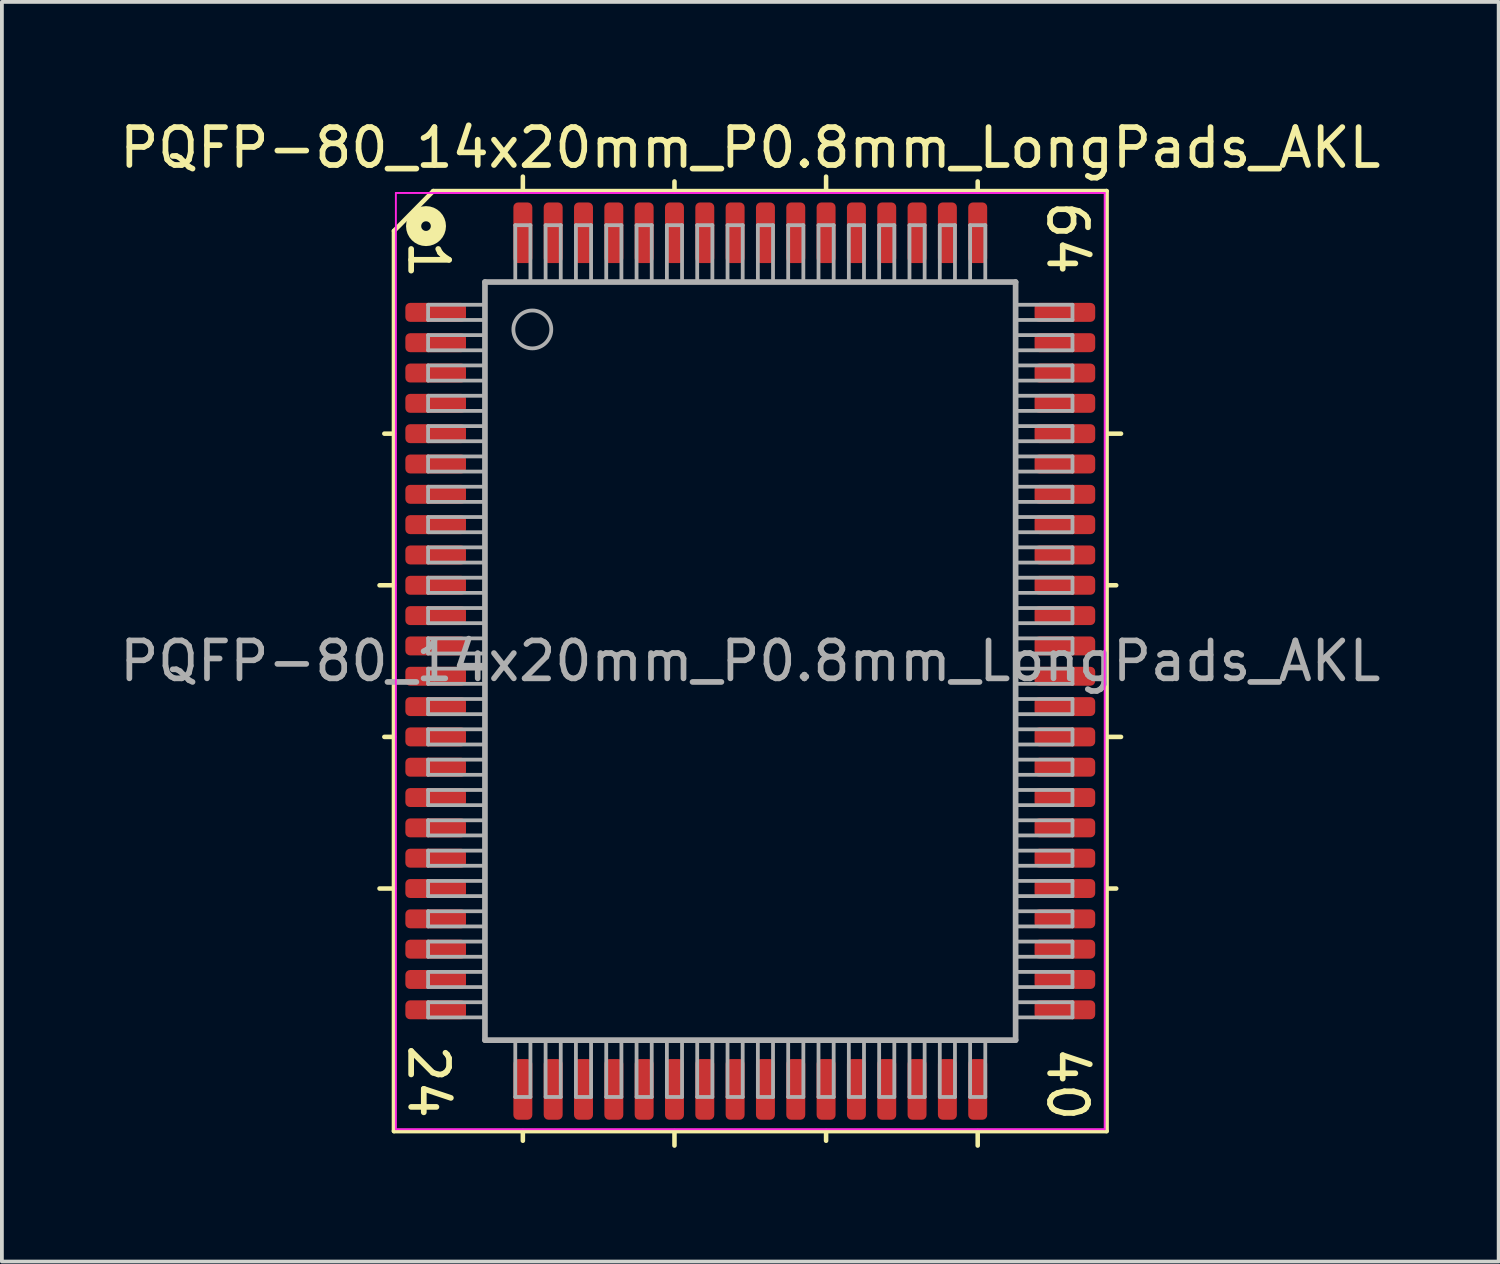
<source format=kicad_pcb>
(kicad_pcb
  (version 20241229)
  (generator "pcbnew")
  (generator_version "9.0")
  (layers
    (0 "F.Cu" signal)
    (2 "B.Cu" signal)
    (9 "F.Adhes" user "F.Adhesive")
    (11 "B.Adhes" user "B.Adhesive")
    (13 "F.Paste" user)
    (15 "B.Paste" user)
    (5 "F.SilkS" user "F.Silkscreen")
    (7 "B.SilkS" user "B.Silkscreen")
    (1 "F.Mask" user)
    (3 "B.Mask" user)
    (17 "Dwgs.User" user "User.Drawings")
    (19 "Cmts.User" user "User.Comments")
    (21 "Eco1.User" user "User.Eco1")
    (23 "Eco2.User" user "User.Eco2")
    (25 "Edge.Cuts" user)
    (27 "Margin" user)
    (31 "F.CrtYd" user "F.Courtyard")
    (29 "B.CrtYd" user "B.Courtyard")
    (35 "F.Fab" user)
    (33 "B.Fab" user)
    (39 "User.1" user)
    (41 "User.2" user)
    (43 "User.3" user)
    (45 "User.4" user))
  (footprint "PQFP-80_14x20mm_P0.8mm_LongPads_AKL"
    (layer "F.Cu")
    (at 16.744 14.391)
    (property "Reference" "PQFP-80_14x20mm_P0.8mm_LongPads_AKL" (at 0 -13.543 0) (layer "F.SilkS") (effects (font (size 1 1) (thickness 0.15))))
    (attr smd)
    (fp_line (start -9.4 -11.349) (end -9.4 12.4) (stroke (width 0.12) (type solid)) (layer "F.SilkS"))
    (fp_line (start -9.4 -6) (end -9.654 -6) (stroke (width 0.12) (type solid)) (layer "F.SilkS"))
    (fp_line (start -9.4 -2) (end -9.781 -2) (stroke (width 0.12) (type solid)) (layer "F.SilkS"))
    (fp_line (start -9.4 2) (end -9.654 2) (stroke (width 0.12) (type solid)) (layer "F.SilkS"))
    (fp_line (start -9.4 6) (end -9.781 6) (stroke (width 0.12) (type solid)) (layer "F.SilkS"))
    (fp_line (start -9.4 12.4) (end 9.4 12.4) (stroke (width 0.12) (type solid)) (layer "F.SilkS"))
    (fp_line (start -8.364 -12.4) (end -9.4 -11.349) (stroke (width 0.12) (type solid)) (layer "F.SilkS"))
    (fp_line (start -6 -12.4) (end -6 -12.781) (stroke (width 0.12) (type solid)) (layer "F.SilkS"))
    (fp_line (start -6 12.4) (end -6 12.654) (stroke (width 0.12) (type solid)) (layer "F.SilkS"))
    (fp_line (start -2 -12.4) (end -2 -12.654) (stroke (width 0.12) (type solid)) (layer "F.SilkS"))
    (fp_line (start -2 12.4) (end -2 12.781) (stroke (width 0.12) (type solid)) (layer "F.SilkS"))
    (fp_line (start 2 -12.4) (end 2 -12.781) (stroke (width 0.12) (type solid)) (layer "F.SilkS"))
    (fp_line (start 2 12.4) (end 2 12.654) (stroke (width 0.12) (type solid)) (layer "F.SilkS"))
    (fp_line (start 6 -12.4) (end 6 -12.654) (stroke (width 0.12) (type solid)) (layer "F.SilkS"))
    (fp_line (start 6 12.4) (end 6 12.781) (stroke (width 0.12) (type solid)) (layer "F.SilkS"))
    (fp_line (start 9.4 -12.4) (end -8.364 -12.4) (stroke (width 0.12) (type solid)) (layer "F.SilkS"))
    (fp_line (start 9.4 -6) (end 9.781 -6) (stroke (width 0.12) (type solid)) (layer "F.SilkS"))
    (fp_line (start 9.4 -2) (end 9.654 -2) (stroke (width 0.12) (type solid)) (layer "F.SilkS"))
    (fp_line (start 9.4 2) (end 9.781 2) (stroke (width 0.12) (type solid)) (layer "F.SilkS"))
    (fp_line (start 9.4 6) (end 9.654 6) (stroke (width 0.12) (type solid)) (layer "F.SilkS"))
    (fp_line (start 9.4 12.4) (end 9.4 -12.4) (stroke (width 0.12) (type solid)) (layer "F.SilkS"))
    (fp_circle (center -8.555 -11.476) (end -8.428 -11.476) (stroke (width 0.4) (type solid)) (fill no) (layer "F.SilkS"))
    (fp_line (start -9.35 -12.35) (end -9.35 12.35) (stroke (width 0.05) (type solid)) (layer "F.CrtYd"))
    (fp_line (start -9.35 -12.35) (end 9.35 -12.35) (stroke (width 0.05) (type solid)) (layer "F.CrtYd"))
    (fp_line (start -9.35 12.35) (end 9.35 12.35) (stroke (width 0.05) (type solid)) (layer "F.CrtYd"))
    (fp_line (start 9.35 -12.35) (end 9.35 12.35) (stroke (width 0.05) (type solid)) (layer "F.CrtYd"))
    (fp_line (start -8.5 -9.4) (end -8.5 -9) (stroke (width 0.1) (type solid)) (layer "F.Fab"))
    (fp_line (start -8.5 -9.4) (end -7 -9.4) (stroke (width 0.1) (type solid)) (layer "F.Fab"))
    (fp_line (start -8.5 -9) (end -7 -9) (stroke (width 0.1) (type solid)) (layer "F.Fab"))
    (fp_line (start -8.5 -8.6) (end -8.5 -8.2) (stroke (width 0.1) (type solid)) (layer "F.Fab"))
    (fp_line (start -8.5 -8.6) (end -7 -8.6) (stroke (width 0.1) (type solid)) (layer "F.Fab"))
    (fp_line (start -8.5 -8.2) (end -7 -8.2) (stroke (width 0.1) (type solid)) (layer "F.Fab"))
    (fp_line (start -8.5 -7.8) (end -8.5 -7.4) (stroke (width 0.1) (type solid)) (layer "F.Fab"))
    (fp_line (start -8.5 -7.8) (end -7 -7.8) (stroke (width 0.1) (type solid)) (layer "F.Fab"))
    (fp_line (start -8.5 -7.4) (end -7 -7.4) (stroke (width 0.1) (type solid)) (layer "F.Fab"))
    (fp_line (start -8.5 -7) (end -8.5 -6.6) (stroke (width 0.1) (type solid)) (layer "F.Fab"))
    (fp_line (start -8.5 -7) (end -7 -7) (stroke (width 0.1) (type solid)) (layer "F.Fab"))
    (fp_line (start -8.5 -6.6) (end -7 -6.6) (stroke (width 0.1) (type solid)) (layer "F.Fab"))
    (fp_line (start -8.5 -6.2) (end -8.5 -5.8) (stroke (width 0.1) (type solid)) (layer "F.Fab"))
    (fp_line (start -8.5 -6.2) (end -7 -6.2) (stroke (width 0.1) (type solid)) (layer "F.Fab"))
    (fp_line (start -8.5 -5.8) (end -7 -5.8) (stroke (width 0.1) (type solid)) (layer "F.Fab"))
    (fp_line (start -8.5 -5.4) (end -8.5 -5) (stroke (width 0.1) (type solid)) (layer "F.Fab"))
    (fp_line (start -8.5 -5.4) (end -7 -5.4) (stroke (width 0.1) (type solid)) (layer "F.Fab"))
    (fp_line (start -8.5 -5) (end -7 -5) (stroke (width 0.1) (type solid)) (layer "F.Fab"))
    (fp_line (start -8.5 -4.6) (end -8.5 -4.2) (stroke (width 0.1) (type solid)) (layer "F.Fab"))
    (fp_line (start -8.5 -4.6) (end -7 -4.6) (stroke (width 0.1) (type solid)) (layer "F.Fab"))
    (fp_line (start -8.5 -4.2) (end -7 -4.2) (stroke (width 0.1) (type solid)) (layer "F.Fab"))
    (fp_line (start -8.5 -3.8) (end -8.5 -3.4) (stroke (width 0.1) (type solid)) (layer "F.Fab"))
    (fp_line (start -8.5 -3.8) (end -7 -3.8) (stroke (width 0.1) (type solid)) (layer "F.Fab"))
    (fp_line (start -8.5 -3.4) (end -7 -3.4) (stroke (width 0.1) (type solid)) (layer "F.Fab"))
    (fp_line (start -8.5 -3) (end -8.5 -2.6) (stroke (width 0.1) (type solid)) (layer "F.Fab"))
    (fp_line (start -8.5 -3) (end -7 -3) (stroke (width 0.1) (type solid)) (layer "F.Fab"))
    (fp_line (start -8.5 -2.6) (end -7 -2.6) (stroke (width 0.1) (type solid)) (layer "F.Fab"))
    (fp_line (start -8.5 -2.2) (end -8.5 -1.8) (stroke (width 0.1) (type solid)) (layer "F.Fab"))
    (fp_line (start -8.5 -2.2) (end -7 -2.2) (stroke (width 0.1) (type solid)) (layer "F.Fab"))
    (fp_line (start -8.5 -1.8) (end -7 -1.8) (stroke (width 0.1) (type solid)) (layer "F.Fab"))
    (fp_line (start -8.5 -1.4) (end -8.5 -1) (stroke (width 0.1) (type solid)) (layer "F.Fab"))
    (fp_line (start -8.5 -1.4) (end -7 -1.4) (stroke (width 0.1) (type solid)) (layer "F.Fab"))
    (fp_line (start -8.5 -1) (end -7 -1) (stroke (width 0.1) (type solid)) (layer "F.Fab"))
    (fp_line (start -8.5 -0.6) (end -8.5 -0.2) (stroke (width 0.1) (type solid)) (layer "F.Fab"))
    (fp_line (start -8.5 -0.6) (end -7 -0.6) (stroke (width 0.1) (type solid)) (layer "F.Fab"))
    (fp_line (start -8.5 -0.2) (end -7 -0.2) (stroke (width 0.1) (type solid)) (layer "F.Fab"))
    (fp_line (start -8.5 0.2) (end -8.5 0.6) (stroke (width 0.1) (type solid)) (layer "F.Fab"))
    (fp_line (start -8.5 0.2) (end -7 0.2) (stroke (width 0.1) (type solid)) (layer "F.Fab"))
    (fp_line (start -8.5 0.6) (end -7 0.6) (stroke (width 0.1) (type solid)) (layer "F.Fab"))
    (fp_line (start -8.5 1) (end -8.5 1.4) (stroke (width 0.1) (type solid)) (layer "F.Fab"))
    (fp_line (start -8.5 1) (end -7 1) (stroke (width 0.1) (type solid)) (layer "F.Fab"))
    (fp_line (start -8.5 1.4) (end -7 1.4) (stroke (width 0.1) (type solid)) (layer "F.Fab"))
    (fp_line (start -8.5 1.8) (end -8.5 2.2) (stroke (width 0.1) (type solid)) (layer "F.Fab"))
    (fp_line (start -8.5 1.8) (end -7 1.8) (stroke (width 0.1) (type solid)) (layer "F.Fab"))
    (fp_line (start -8.5 2.2) (end -7 2.2) (stroke (width 0.1) (type solid)) (layer "F.Fab"))
    (fp_line (start -8.5 2.6) (end -8.5 3) (stroke (width 0.1) (type solid)) (layer "F.Fab"))
    (fp_line (start -8.5 2.6) (end -7 2.6) (stroke (width 0.1) (type solid)) (layer "F.Fab"))
    (fp_line (start -8.5 3) (end -7 3) (stroke (width 0.1) (type solid)) (layer "F.Fab"))
    (fp_line (start -8.5 3.4) (end -8.5 3.8) (stroke (width 0.1) (type solid)) (layer "F.Fab"))
    (fp_line (start -8.5 3.4) (end -7 3.4) (stroke (width 0.1) (type solid)) (layer "F.Fab"))
    (fp_line (start -8.5 3.8) (end -7 3.8) (stroke (width 0.1) (type solid)) (layer "F.Fab"))
    (fp_line (start -8.5 4.2) (end -8.5 4.6) (stroke (width 0.1) (type solid)) (layer "F.Fab"))
    (fp_line (start -8.5 4.2) (end -7 4.2) (stroke (width 0.1) (type solid)) (layer "F.Fab"))
    (fp_line (start -8.5 4.6) (end -7 4.6) (stroke (width 0.1) (type solid)) (layer "F.Fab"))
    (fp_line (start -8.5 5) (end -8.5 5.4) (stroke (width 0.1) (type solid)) (layer "F.Fab"))
    (fp_line (start -8.5 5) (end -7 5) (stroke (width 0.1) (type solid)) (layer "F.Fab"))
    (fp_line (start -8.5 5.4) (end -7 5.4) (stroke (width 0.1) (type solid)) (layer "F.Fab"))
    (fp_line (start -8.5 5.8) (end -8.5 6.2) (stroke (width 0.1) (type solid)) (layer "F.Fab"))
    (fp_line (start -8.5 5.8) (end -7 5.8) (stroke (width 0.1) (type solid)) (layer "F.Fab"))
    (fp_line (start -8.5 6.2) (end -7 6.2) (stroke (width 0.1) (type solid)) (layer "F.Fab"))
    (fp_line (start -8.5 6.6) (end -8.5 7) (stroke (width 0.1) (type solid)) (layer "F.Fab"))
    (fp_line (start -8.5 6.6) (end -7 6.6) (stroke (width 0.1) (type solid)) (layer "F.Fab"))
    (fp_line (start -8.5 7) (end -7 7) (stroke (width 0.1) (type solid)) (layer "F.Fab"))
    (fp_line (start -8.5 7.4) (end -8.5 7.8) (stroke (width 0.1) (type solid)) (layer "F.Fab"))
    (fp_line (start -8.5 7.4) (end -7 7.4) (stroke (width 0.1) (type solid)) (layer "F.Fab"))
    (fp_line (start -8.5 7.8) (end -7 7.8) (stroke (width 0.1) (type solid)) (layer "F.Fab"))
    (fp_line (start -8.5 8.2) (end -8.5 8.6) (stroke (width 0.1) (type solid)) (layer "F.Fab"))
    (fp_line (start -8.5 8.2) (end -7 8.2) (stroke (width 0.1) (type solid)) (layer "F.Fab"))
    (fp_line (start -8.5 8.6) (end -7 8.6) (stroke (width 0.1) (type solid)) (layer "F.Fab"))
    (fp_line (start -8.5 9) (end -8.5 9.4) (stroke (width 0.1) (type solid)) (layer "F.Fab"))
    (fp_line (start -8.5 9) (end -7 9) (stroke (width 0.1) (type solid)) (layer "F.Fab"))
    (fp_line (start -8.5 9.4) (end -7 9.4) (stroke (width 0.1) (type solid)) (layer "F.Fab"))
    (fp_line (start -7 -10) (end 7 -10) (stroke (width 0.15) (type solid)) (layer "F.Fab"))
    (fp_line (start -7 10) (end -7 -10) (stroke (width 0.15) (type solid)) (layer "F.Fab"))
    (fp_line (start -6.2 -11.5) (end -6.2 -10) (stroke (width 0.1) (type solid)) (layer "F.Fab"))
    (fp_line (start -6.2 11.5) (end -6.2 10) (stroke (width 0.1) (type solid)) (layer "F.Fab"))
    (fp_line (start -6.2 11.5) (end -5.8 11.5) (stroke (width 0.1) (type solid)) (layer "F.Fab"))
    (fp_line (start -5.8 -11.5) (end -6.2 -11.5) (stroke (width 0.1) (type solid)) (layer "F.Fab"))
    (fp_line (start -5.8 -11.5) (end -5.8 -10) (stroke (width 0.1) (type solid)) (layer "F.Fab"))
    (fp_line (start -5.8 11.5) (end -5.8 10) (stroke (width 0.1) (type solid)) (layer "F.Fab"))
    (fp_line (start -5.4 -11.5) (end -5.4 -10) (stroke (width 0.1) (type solid)) (layer "F.Fab"))
    (fp_line (start -5.4 11.5) (end -5.4 10) (stroke (width 0.1) (type solid)) (layer "F.Fab"))
    (fp_line (start -5.4 11.5) (end -5 11.5) (stroke (width 0.1) (type solid)) (layer "F.Fab"))
    (fp_line (start -5 -11.5) (end -5.4 -11.5) (stroke (width 0.1) (type solid)) (layer "F.Fab"))
    (fp_line (start -5 -11.5) (end -5 -10) (stroke (width 0.1) (type solid)) (layer "F.Fab"))
    (fp_line (start -5 11.5) (end -5 10) (stroke (width 0.1) (type solid)) (layer "F.Fab"))
    (fp_line (start -4.6 -11.5) (end -4.6 -10) (stroke (width 0.1) (type solid)) (layer "F.Fab"))
    (fp_line (start -4.6 11.5) (end -4.6 10) (stroke (width 0.1) (type solid)) (layer "F.Fab"))
    (fp_line (start -4.6 11.5) (end -4.2 11.5) (stroke (width 0.1) (type solid)) (layer "F.Fab"))
    (fp_line (start -4.2 -11.5) (end -4.6 -11.5) (stroke (width 0.1) (type solid)) (layer "F.Fab"))
    (fp_line (start -4.2 -11.5) (end -4.2 -10) (stroke (width 0.1) (type solid)) (layer "F.Fab"))
    (fp_line (start -4.2 11.5) (end -4.2 10) (stroke (width 0.1) (type solid)) (layer "F.Fab"))
    (fp_line (start -3.8 -11.5) (end -3.8 -10) (stroke (width 0.1) (type solid)) (layer "F.Fab"))
    (fp_line (start -3.8 11.5) (end -3.8 10) (stroke (width 0.1) (type solid)) (layer "F.Fab"))
    (fp_line (start -3.8 11.5) (end -3.4 11.5) (stroke (width 0.1) (type solid)) (layer "F.Fab"))
    (fp_line (start -3.4 -11.5) (end -3.8 -11.5) (stroke (width 0.1) (type solid)) (layer "F.Fab"))
    (fp_line (start -3.4 -11.5) (end -3.4 -10) (stroke (width 0.1) (type solid)) (layer "F.Fab"))
    (fp_line (start -3.4 11.5) (end -3.4 10) (stroke (width 0.1) (type solid)) (layer "F.Fab"))
    (fp_line (start -3 -11.5) (end -3 -10) (stroke (width 0.1) (type solid)) (layer "F.Fab"))
    (fp_line (start -3 11.5) (end -3 10) (stroke (width 0.1) (type solid)) (layer "F.Fab"))
    (fp_line (start -3 11.5) (end -2.6 11.5) (stroke (width 0.1) (type solid)) (layer "F.Fab"))
    (fp_line (start -2.6 -11.5) (end -3 -11.5) (stroke (width 0.1) (type solid)) (layer "F.Fab"))
    (fp_line (start -2.6 -11.5) (end -2.6 -10) (stroke (width 0.1) (type solid)) (layer "F.Fab"))
    (fp_line (start -2.6 11.5) (end -2.6 10) (stroke (width 0.1) (type solid)) (layer "F.Fab"))
    (fp_line (start -2.2 -11.5) (end -2.2 -10) (stroke (width 0.1) (type solid)) (layer "F.Fab"))
    (fp_line (start -2.2 11.5) (end -2.2 10) (stroke (width 0.1) (type solid)) (layer "F.Fab"))
    (fp_line (start -2.2 11.5) (end -1.8 11.5) (stroke (width 0.1) (type solid)) (layer "F.Fab"))
    (fp_line (start -1.8 -11.5) (end -2.2 -11.5) (stroke (width 0.1) (type solid)) (layer "F.Fab"))
    (fp_line (start -1.8 -11.5) (end -1.8 -10) (stroke (width 0.1) (type solid)) (layer "F.Fab"))
    (fp_line (start -1.8 11.5) (end -1.8 10) (stroke (width 0.1) (type solid)) (layer "F.Fab"))
    (fp_line (start -1.4 -11.5) (end -1.4 -10) (stroke (width 0.1) (type solid)) (layer "F.Fab"))
    (fp_line (start -1.4 11.5) (end -1.4 10) (stroke (width 0.1) (type solid)) (layer "F.Fab"))
    (fp_line (start -1.4 11.5) (end -1 11.5) (stroke (width 0.1) (type solid)) (layer "F.Fab"))
    (fp_line (start -1 -11.5) (end -1.4 -11.5) (stroke (width 0.1) (type solid)) (layer "F.Fab"))
    (fp_line (start -1 -11.5) (end -1 -10) (stroke (width 0.1) (type solid)) (layer "F.Fab"))
    (fp_line (start -1 11.5) (end -1 10) (stroke (width 0.1) (type solid)) (layer "F.Fab"))
    (fp_line (start -0.6 -11.5) (end -0.6 -10) (stroke (width 0.1) (type solid)) (layer "F.Fab"))
    (fp_line (start -0.6 11.5) (end -0.6 10) (stroke (width 0.1) (type solid)) (layer "F.Fab"))
    (fp_line (start -0.6 11.5) (end -0.2 11.5) (stroke (width 0.1) (type solid)) (layer "F.Fab"))
    (fp_line (start -0.2 -11.5) (end -0.6 -11.5) (stroke (width 0.1) (type solid)) (layer "F.Fab"))
    (fp_line (start -0.2 -11.5) (end -0.2 -10) (stroke (width 0.1) (type solid)) (layer "F.Fab"))
    (fp_line (start -0.2 11.5) (end -0.2 10) (stroke (width 0.1) (type solid)) (layer "F.Fab"))
    (fp_line (start 0.2 -11.5) (end 0.2 -10) (stroke (width 0.1) (type solid)) (layer "F.Fab"))
    (fp_line (start 0.2 11.5) (end 0.2 10) (stroke (width 0.1) (type solid)) (layer "F.Fab"))
    (fp_line (start 0.2 11.5) (end 0.6 11.5) (stroke (width 0.1) (type solid)) (layer "F.Fab"))
    (fp_line (start 0.6 -11.5) (end 0.2 -11.5) (stroke (width 0.1) (type solid)) (layer "F.Fab"))
    (fp_line (start 0.6 -11.5) (end 0.6 -10) (stroke (width 0.1) (type solid)) (layer "F.Fab"))
    (fp_line (start 0.6 11.5) (end 0.6 10) (stroke (width 0.1) (type solid)) (layer "F.Fab"))
    (fp_line (start 1 -11.5) (end 1 -10) (stroke (width 0.1) (type solid)) (layer "F.Fab"))
    (fp_line (start 1 11.5) (end 1 10) (stroke (width 0.1) (type solid)) (layer "F.Fab"))
    (fp_line (start 1 11.5) (end 1.4 11.5) (stroke (width 0.1) (type solid)) (layer "F.Fab"))
    (fp_line (start 1.4 -11.5) (end 1 -11.5) (stroke (width 0.1) (type solid)) (layer "F.Fab"))
    (fp_line (start 1.4 -11.5) (end 1.4 -10) (stroke (width 0.1) (type solid)) (layer "F.Fab"))
    (fp_line (start 1.4 11.5) (end 1.4 10) (stroke (width 0.1) (type solid)) (layer "F.Fab"))
    (fp_line (start 1.8 -11.5) (end 1.8 -10) (stroke (width 0.1) (type solid)) (layer "F.Fab"))
    (fp_line (start 1.8 11.5) (end 1.8 10) (stroke (width 0.1) (type solid)) (layer "F.Fab"))
    (fp_line (start 1.8 11.5) (end 2.2 11.5) (stroke (width 0.1) (type solid)) (layer "F.Fab"))
    (fp_line (start 2.2 -11.5) (end 1.8 -11.5) (stroke (width 0.1) (type solid)) (layer "F.Fab"))
    (fp_line (start 2.2 -11.5) (end 2.2 -10) (stroke (width 0.1) (type solid)) (layer "F.Fab"))
    (fp_line (start 2.2 11.5) (end 2.2 10) (stroke (width 0.1) (type solid)) (layer "F.Fab"))
    (fp_line (start 2.6 -11.5) (end 2.6 -10) (stroke (width 0.1) (type solid)) (layer "F.Fab"))
    (fp_line (start 2.6 11.5) (end 2.6 10) (stroke (width 0.1) (type solid)) (layer "F.Fab"))
    (fp_line (start 2.6 11.5) (end 3 11.5) (stroke (width 0.1) (type solid)) (layer "F.Fab"))
    (fp_line (start 3 -11.5) (end 2.6 -11.5) (stroke (width 0.1) (type solid)) (layer "F.Fab"))
    (fp_line (start 3 -11.5) (end 3 -10) (stroke (width 0.1) (type solid)) (layer "F.Fab"))
    (fp_line (start 3 11.5) (end 3 10) (stroke (width 0.1) (type solid)) (layer "F.Fab"))
    (fp_line (start 3.4 -11.5) (end 3.4 -10) (stroke (width 0.1) (type solid)) (layer "F.Fab"))
    (fp_line (start 3.4 11.5) (end 3.4 10) (stroke (width 0.1) (type solid)) (layer "F.Fab"))
    (fp_line (start 3.4 11.5) (end 3.8 11.5) (stroke (width 0.1) (type solid)) (layer "F.Fab"))
    (fp_line (start 3.8 -11.5) (end 3.4 -11.5) (stroke (width 0.1) (type solid)) (layer "F.Fab"))
    (fp_line (start 3.8 -11.5) (end 3.8 -10) (stroke (width 0.1) (type solid)) (layer "F.Fab"))
    (fp_line (start 3.8 11.5) (end 3.8 10) (stroke (width 0.1) (type solid)) (layer "F.Fab"))
    (fp_line (start 4.2 -11.5) (end 4.2 -10) (stroke (width 0.1) (type solid)) (layer "F.Fab"))
    (fp_line (start 4.2 11.5) (end 4.2 10) (stroke (width 0.1) (type solid)) (layer "F.Fab"))
    (fp_line (start 4.2 11.5) (end 4.6 11.5) (stroke (width 0.1) (type solid)) (layer "F.Fab"))
    (fp_line (start 4.6 -11.5) (end 4.2 -11.5) (stroke (width 0.1) (type solid)) (layer "F.Fab"))
    (fp_line (start 4.6 -11.5) (end 4.6 -10) (stroke (width 0.1) (type solid)) (layer "F.Fab"))
    (fp_line (start 4.6 11.5) (end 4.6 10) (stroke (width 0.1) (type solid)) (layer "F.Fab"))
    (fp_line (start 5 -11.5) (end 5 -10) (stroke (width 0.1) (type solid)) (layer "F.Fab"))
    (fp_line (start 5 11.5) (end 5 10) (stroke (width 0.1) (type solid)) (layer "F.Fab"))
    (fp_line (start 5 11.5) (end 5.4 11.5) (stroke (width 0.1) (type solid)) (layer "F.Fab"))
    (fp_line (start 5.4 -11.5) (end 5 -11.5) (stroke (width 0.1) (type solid)) (layer "F.Fab"))
    (fp_line (start 5.4 -11.5) (end 5.4 -10) (stroke (width 0.1) (type solid)) (layer "F.Fab"))
    (fp_line (start 5.4 11.5) (end 5.4 10) (stroke (width 0.1) (type solid)) (layer "F.Fab"))
    (fp_line (start 5.8 -11.5) (end 5.8 -10) (stroke (width 0.1) (type solid)) (layer "F.Fab"))
    (fp_line (start 5.8 11.5) (end 5.8 10) (stroke (width 0.1) (type solid)) (layer "F.Fab"))
    (fp_line (start 5.8 11.5) (end 6.2 11.5) (stroke (width 0.1) (type solid)) (layer "F.Fab"))
    (fp_line (start 6.2 -11.5) (end 5.8 -11.5) (stroke (width 0.1) (type solid)) (layer "F.Fab"))
    (fp_line (start 6.2 -11.5) (end 6.2 -10) (stroke (width 0.1) (type solid)) (layer "F.Fab"))
    (fp_line (start 6.2 11.5) (end 6.2 10) (stroke (width 0.1) (type solid)) (layer "F.Fab"))
    (fp_line (start 7 -10) (end 7 10) (stroke (width 0.15) (type solid)) (layer "F.Fab"))
    (fp_line (start 7 10) (end -7 10) (stroke (width 0.15) (type solid)) (layer "F.Fab"))
    (fp_line (start 8.5 -9.4) (end 7 -9.4) (stroke (width 0.1) (type solid)) (layer "F.Fab"))
    (fp_line (start 8.5 -9) (end 7 -9) (stroke (width 0.1) (type solid)) (layer "F.Fab"))
    (fp_line (start 8.5 -9) (end 8.5 -9.4) (stroke (width 0.1) (type solid)) (layer "F.Fab"))
    (fp_line (start 8.5 -8.6) (end 7 -8.6) (stroke (width 0.1) (type solid)) (layer "F.Fab"))
    (fp_line (start 8.5 -8.2) (end 7 -8.2) (stroke (width 0.1) (type solid)) (layer "F.Fab"))
    (fp_line (start 8.5 -8.2) (end 8.5 -8.6) (stroke (width 0.1) (type solid)) (layer "F.Fab"))
    (fp_line (start 8.5 -7.8) (end 7 -7.8) (stroke (width 0.1) (type solid)) (layer "F.Fab"))
    (fp_line (start 8.5 -7.4) (end 7 -7.4) (stroke (width 0.1) (type solid)) (layer "F.Fab"))
    (fp_line (start 8.5 -7.4) (end 8.5 -7.8) (stroke (width 0.1) (type solid)) (layer "F.Fab"))
    (fp_line (start 8.5 -7) (end 7 -7) (stroke (width 0.1) (type solid)) (layer "F.Fab"))
    (fp_line (start 8.5 -6.6) (end 7 -6.6) (stroke (width 0.1) (type solid)) (layer "F.Fab"))
    (fp_line (start 8.5 -6.6) (end 8.5 -7) (stroke (width 0.1) (type solid)) (layer "F.Fab"))
    (fp_line (start 8.5 -6.2) (end 7 -6.2) (stroke (width 0.1) (type solid)) (layer "F.Fab"))
    (fp_line (start 8.5 -5.8) (end 7 -5.8) (stroke (width 0.1) (type solid)) (layer "F.Fab"))
    (fp_line (start 8.5 -5.8) (end 8.5 -6.2) (stroke (width 0.1) (type solid)) (layer "F.Fab"))
    (fp_line (start 8.5 -5.4) (end 7 -5.4) (stroke (width 0.1) (type solid)) (layer "F.Fab"))
    (fp_line (start 8.5 -5) (end 7 -5) (stroke (width 0.1) (type solid)) (layer "F.Fab"))
    (fp_line (start 8.5 -5) (end 8.5 -5.4) (stroke (width 0.1) (type solid)) (layer "F.Fab"))
    (fp_line (start 8.5 -4.6) (end 7 -4.6) (stroke (width 0.1) (type solid)) (layer "F.Fab"))
    (fp_line (start 8.5 -4.2) (end 7 -4.2) (stroke (width 0.1) (type solid)) (layer "F.Fab"))
    (fp_line (start 8.5 -4.2) (end 8.5 -4.6) (stroke (width 0.1) (type solid)) (layer "F.Fab"))
    (fp_line (start 8.5 -3.8) (end 7 -3.8) (stroke (width 0.1) (type solid)) (layer "F.Fab"))
    (fp_line (start 8.5 -3.4) (end 7 -3.4) (stroke (width 0.1) (type solid)) (layer "F.Fab"))
    (fp_line (start 8.5 -3.4) (end 8.5 -3.8) (stroke (width 0.1) (type solid)) (layer "F.Fab"))
    (fp_line (start 8.5 -3) (end 7 -3) (stroke (width 0.1) (type solid)) (layer "F.Fab"))
    (fp_line (start 8.5 -2.6) (end 7 -2.6) (stroke (width 0.1) (type solid)) (layer "F.Fab"))
    (fp_line (start 8.5 -2.6) (end 8.5 -3) (stroke (width 0.1) (type solid)) (layer "F.Fab"))
    (fp_line (start 8.5 -2.2) (end 7 -2.2) (stroke (width 0.1) (type solid)) (layer "F.Fab"))
    (fp_line (start 8.5 -1.8) (end 7 -1.8) (stroke (width 0.1) (type solid)) (layer "F.Fab"))
    (fp_line (start 8.5 -1.8) (end 8.5 -2.2) (stroke (width 0.1) (type solid)) (layer "F.Fab"))
    (fp_line (start 8.5 -1.4) (end 7 -1.4) (stroke (width 0.1) (type solid)) (layer "F.Fab"))
    (fp_line (start 8.5 -1) (end 7 -1) (stroke (width 0.1) (type solid)) (layer "F.Fab"))
    (fp_line (start 8.5 -1) (end 8.5 -1.4) (stroke (width 0.1) (type solid)) (layer "F.Fab"))
    (fp_line (start 8.5 -0.6) (end 7 -0.6) (stroke (width 0.1) (type solid)) (layer "F.Fab"))
    (fp_line (start 8.5 -0.2) (end 7 -0.2) (stroke (width 0.1) (type solid)) (layer "F.Fab"))
    (fp_line (start 8.5 -0.2) (end 8.5 -0.6) (stroke (width 0.1) (type solid)) (layer "F.Fab"))
    (fp_line (start 8.5 0.2) (end 7 0.2) (stroke (width 0.1) (type solid)) (layer "F.Fab"))
    (fp_line (start 8.5 0.6) (end 7 0.6) (stroke (width 0.1) (type solid)) (layer "F.Fab"))
    (fp_line (start 8.5 0.6) (end 8.5 0.2) (stroke (width 0.1) (type solid)) (layer "F.Fab"))
    (fp_line (start 8.5 1) (end 7 1) (stroke (width 0.1) (type solid)) (layer "F.Fab"))
    (fp_line (start 8.5 1.4) (end 7 1.4) (stroke (width 0.1) (type solid)) (layer "F.Fab"))
    (fp_line (start 8.5 1.4) (end 8.5 1) (stroke (width 0.1) (type solid)) (layer "F.Fab"))
    (fp_line (start 8.5 1.8) (end 7 1.8) (stroke (width 0.1) (type solid)) (layer "F.Fab"))
    (fp_line (start 8.5 2.2) (end 7 2.2) (stroke (width 0.1) (type solid)) (layer "F.Fab"))
    (fp_line (start 8.5 2.2) (end 8.5 1.8) (stroke (width 0.1) (type solid)) (layer "F.Fab"))
    (fp_line (start 8.5 2.6) (end 7 2.6) (stroke (width 0.1) (type solid)) (layer "F.Fab"))
    (fp_line (start 8.5 3) (end 7 3) (stroke (width 0.1) (type solid)) (layer "F.Fab"))
    (fp_line (start 8.5 3) (end 8.5 2.6) (stroke (width 0.1) (type solid)) (layer "F.Fab"))
    (fp_line (start 8.5 3.4) (end 7 3.4) (stroke (width 0.1) (type solid)) (layer "F.Fab"))
    (fp_line (start 8.5 3.8) (end 7 3.8) (stroke (width 0.1) (type solid)) (layer "F.Fab"))
    (fp_line (start 8.5 3.8) (end 8.5 3.4) (stroke (width 0.1) (type solid)) (layer "F.Fab"))
    (fp_line (start 8.5 4.2) (end 7 4.2) (stroke (width 0.1) (type solid)) (layer "F.Fab"))
    (fp_line (start 8.5 4.6) (end 7 4.6) (stroke (width 0.1) (type solid)) (layer "F.Fab"))
    (fp_line (start 8.5 4.6) (end 8.5 4.2) (stroke (width 0.1) (type solid)) (layer "F.Fab"))
    (fp_line (start 8.5 5) (end 7 5) (stroke (width 0.1) (type solid)) (layer "F.Fab"))
    (fp_line (start 8.5 5.4) (end 7 5.4) (stroke (width 0.1) (type solid)) (layer "F.Fab"))
    (fp_line (start 8.5 5.4) (end 8.5 5) (stroke (width 0.1) (type solid)) (layer "F.Fab"))
    (fp_line (start 8.5 5.8) (end 7 5.8) (stroke (width 0.1) (type solid)) (layer "F.Fab"))
    (fp_line (start 8.5 6.2) (end 7 6.2) (stroke (width 0.1) (type solid)) (layer "F.Fab"))
    (fp_line (start 8.5 6.2) (end 8.5 5.8) (stroke (width 0.1) (type solid)) (layer "F.Fab"))
    (fp_line (start 8.5 6.6) (end 7 6.6) (stroke (width 0.1) (type solid)) (layer "F.Fab"))
    (fp_line (start 8.5 7) (end 7 7) (stroke (width 0.1) (type solid)) (layer "F.Fab"))
    (fp_line (start 8.5 7) (end 8.5 6.6) (stroke (width 0.1) (type solid)) (layer "F.Fab"))
    (fp_line (start 8.5 7.4) (end 7 7.4) (stroke (width 0.1) (type solid)) (layer "F.Fab"))
    (fp_line (start 8.5 7.8) (end 7 7.8) (stroke (width 0.1) (type solid)) (layer "F.Fab"))
    (fp_line (start 8.5 7.8) (end 8.5 7.4) (stroke (width 0.1) (type solid)) (layer "F.Fab"))
    (fp_line (start 8.5 8.2) (end 7 8.2) (stroke (width 0.1) (type solid)) (layer "F.Fab"))
    (fp_line (start 8.5 8.6) (end 7 8.6) (stroke (width 0.1) (type solid)) (layer "F.Fab"))
    (fp_line (start 8.5 8.6) (end 8.5 8.2) (stroke (width 0.1) (type solid)) (layer "F.Fab"))
    (fp_line (start 8.5 9) (end 7 9) (stroke (width 0.1) (type solid)) (layer "F.Fab"))
    (fp_line (start 8.5 9.4) (end 7 9.4) (stroke (width 0.1) (type solid)) (layer "F.Fab"))
    (fp_line (start 8.5 9.4) (end 8.5 9) (stroke (width 0.1) (type solid)) (layer "F.Fab"))
    (fp_circle (center -5.75 -8.75) (end -5.25 -8.75) (stroke (width 0.1) (type solid)) (fill no) (layer "F.Fab"))
    (fp_text user "40" (at 8.364 11.159 270) (unlocked yes) (layer "F.SilkS") (effects (font (size 1 1) (thickness 0.15))))
    (fp_text user "24" (at -8.492 11.095 270) (unlocked yes) (layer "F.SilkS") (effects (font (size 1 1) (thickness 0.15))))
    (fp_text user "1" (at -8.492 -10.587 270) (unlocked yes) (layer "F.SilkS") (effects (font (size 1 1) (thickness 0.15))))
    (fp_text user "64" (at 8.364 -11.159 270) (unlocked yes) (layer "F.SilkS") (effects (font (size 1 1) (thickness 0.15))))
    (fp_text user "${REFERENCE}" (at 0 0 0) (layer "F.Fab") (effects (font (size 1 1) (thickness 0.15))))
    (pad "1" smd roundrect (at -8.3 -9.2) (size 1.6 0.5) (layers "F.Cu" "F.Mask" "F.Paste") (roundrect_rratio 0.25))
    (pad "2" smd roundrect (at -8.3 -8.4) (size 1.6 0.5) (layers "F.Cu" "F.Mask" "F.Paste") (roundrect_rratio 0.25))
    (pad "3" smd roundrect (at -8.3 -7.6) (size 1.6 0.5) (layers "F.Cu" "F.Mask" "F.Paste") (roundrect_rratio 0.25))
    (pad "4" smd roundrect (at -8.3 -6.8) (size 1.6 0.5) (layers "F.Cu" "F.Mask" "F.Paste") (roundrect_rratio 0.25))
    (pad "5" smd roundrect (at -8.3 -6) (size 1.6 0.5) (layers "F.Cu" "F.Mask" "F.Paste") (roundrect_rratio 0.25))
    (pad "6" smd roundrect (at -8.3 -5.2) (size 1.6 0.5) (layers "F.Cu" "F.Mask" "F.Paste") (roundrect_rratio 0.25))
    (pad "7" smd roundrect (at -8.3 -4.4) (size 1.6 0.5) (layers "F.Cu" "F.Mask" "F.Paste") (roundrect_rratio 0.25))
    (pad "8" smd roundrect (at -8.3 -3.6) (size 1.6 0.5) (layers "F.Cu" "F.Mask" "F.Paste") (roundrect_rratio 0.25))
    (pad "9" smd roundrect (at -8.3 -2.8) (size 1.6 0.5) (layers "F.Cu" "F.Mask" "F.Paste") (roundrect_rratio 0.25))
    (pad "10" smd roundrect (at -8.3 -2) (size 1.6 0.5) (layers "F.Cu" "F.Mask" "F.Paste") (roundrect_rratio 0.25))
    (pad "11" smd roundrect (at -8.3 -1.2) (size 1.6 0.5) (layers "F.Cu" "F.Mask" "F.Paste") (roundrect_rratio 0.25))
    (pad "12" smd roundrect (at -8.3 -0.4) (size 1.6 0.5) (layers "F.Cu" "F.Mask" "F.Paste") (roundrect_rratio 0.25))
    (pad "13" smd roundrect (at -8.3 0.4) (size 1.6 0.5) (layers "F.Cu" "F.Mask" "F.Paste") (roundrect_rratio 0.25))
    (pad "14" smd roundrect (at -8.3 1.2) (size 1.6 0.5) (layers "F.Cu" "F.Mask" "F.Paste") (roundrect_rratio 0.25))
    (pad "15" smd roundrect (at -8.3 2) (size 1.6 0.5) (layers "F.Cu" "F.Mask" "F.Paste") (roundrect_rratio 0.25))
    (pad "16" smd roundrect (at -8.3 2.8) (size 1.6 0.5) (layers "F.Cu" "F.Mask" "F.Paste") (roundrect_rratio 0.25))
    (pad "17" smd roundrect (at -8.3 3.6) (size 1.6 0.5) (layers "F.Cu" "F.Mask" "F.Paste") (roundrect_rratio 0.25))
    (pad "18" smd roundrect (at -8.3 4.4) (size 1.6 0.5) (layers "F.Cu" "F.Mask" "F.Paste") (roundrect_rratio 0.25))
    (pad "19" smd roundrect (at -8.3 5.2) (size 1.6 0.5) (layers "F.Cu" "F.Mask" "F.Paste") (roundrect_rratio 0.25))
    (pad "20" smd roundrect (at -8.3 6) (size 1.6 0.5) (layers "F.Cu" "F.Mask" "F.Paste") (roundrect_rratio 0.25))
    (pad "21" smd roundrect (at -8.3 6.8) (size 1.6 0.5) (layers "F.Cu" "F.Mask" "F.Paste") (roundrect_rratio 0.25))
    (pad "22" smd roundrect (at -8.3 7.6) (size 1.6 0.5) (layers "F.Cu" "F.Mask" "F.Paste") (roundrect_rratio 0.25))
    (pad "23" smd roundrect (at -8.3 8.4) (size 1.6 0.5) (layers "F.Cu" "F.Mask" "F.Paste") (roundrect_rratio 0.25))
    (pad "24" smd roundrect (at -8.3 9.2) (size 1.6 0.5) (layers "F.Cu" "F.Mask" "F.Paste") (roundrect_rratio 0.25))
    (pad "25" smd roundrect (at -6 11.3 90) (size 1.6 0.5) (layers "F.Cu" "F.Mask" "F.Paste") (roundrect_rratio 0.25))
    (pad "26" smd roundrect (at -5.2 11.3 90) (size 1.6 0.5) (layers "F.Cu" "F.Mask" "F.Paste") (roundrect_rratio 0.25))
    (pad "27" smd roundrect (at -4.4 11.3 90) (size 1.6 0.5) (layers "F.Cu" "F.Mask" "F.Paste") (roundrect_rratio 0.25))
    (pad "28" smd roundrect (at -3.6 11.3 90) (size 1.6 0.5) (layers "F.Cu" "F.Mask" "F.Paste") (roundrect_rratio 0.25))
    (pad "29" smd roundrect (at -2.8 11.3 90) (size 1.6 0.5) (layers "F.Cu" "F.Mask" "F.Paste") (roundrect_rratio 0.25))
    (pad "30" smd roundrect (at -2 11.3 90) (size 1.6 0.5) (layers "F.Cu" "F.Mask" "F.Paste") (roundrect_rratio 0.25))
    (pad "31" smd roundrect (at -1.2 11.3 90) (size 1.6 0.5) (layers "F.Cu" "F.Mask" "F.Paste") (roundrect_rratio 0.25))
    (pad "32" smd roundrect (at -0.4 11.3 90) (size 1.6 0.5) (layers "F.Cu" "F.Mask" "F.Paste") (roundrect_rratio 0.25))
    (pad "33" smd roundrect (at 0.4 11.3 90) (size 1.6 0.5) (layers "F.Cu" "F.Mask" "F.Paste") (roundrect_rratio 0.25))
    (pad "34" smd roundrect (at 1.2 11.3 90) (size 1.6 0.5) (layers "F.Cu" "F.Mask" "F.Paste") (roundrect_rratio 0.25))
    (pad "35" smd roundrect (at 2 11.3 90) (size 1.6 0.5) (layers "F.Cu" "F.Mask" "F.Paste") (roundrect_rratio 0.25))
    (pad "36" smd roundrect (at 2.8 11.3 90) (size 1.6 0.5) (layers "F.Cu" "F.Mask" "F.Paste") (roundrect_rratio 0.25))
    (pad "37" smd roundrect (at 3.6 11.3 90) (size 1.6 0.5) (layers "F.Cu" "F.Mask" "F.Paste") (roundrect_rratio 0.25))
    (pad "38" smd roundrect (at 4.4 11.3 90) (size 1.6 0.5) (layers "F.Cu" "F.Mask" "F.Paste") (roundrect_rratio 0.25))
    (pad "39" smd roundrect (at 5.2 11.3 90) (size 1.6 0.5) (layers "F.Cu" "F.Mask" "F.Paste") (roundrect_rratio 0.25))
    (pad "40" smd roundrect (at 6 11.3 90) (size 1.6 0.5) (layers "F.Cu" "F.Mask" "F.Paste") (roundrect_rratio 0.25))
    (pad "41" smd roundrect (at 8.3 9.2) (size 1.6 0.5) (layers "F.Cu" "F.Mask" "F.Paste") (roundrect_rratio 0.25))
    (pad "42" smd roundrect (at 8.3 8.4) (size 1.6 0.5) (layers "F.Cu" "F.Mask" "F.Paste") (roundrect_rratio 0.25))
    (pad "43" smd roundrect (at 8.3 7.6) (size 1.6 0.5) (layers "F.Cu" "F.Mask" "F.Paste") (roundrect_rratio 0.25))
    (pad "44" smd roundrect (at 8.3 6.8) (size 1.6 0.5) (layers "F.Cu" "F.Mask" "F.Paste") (roundrect_rratio 0.25))
    (pad "45" smd roundrect (at 8.3 6) (size 1.6 0.5) (layers "F.Cu" "F.Mask" "F.Paste") (roundrect_rratio 0.25))
    (pad "46" smd roundrect (at 8.3 5.2) (size 1.6 0.5) (layers "F.Cu" "F.Mask" "F.Paste") (roundrect_rratio 0.25))
    (pad "47" smd roundrect (at 8.3 4.4) (size 1.6 0.5) (layers "F.Cu" "F.Mask" "F.Paste") (roundrect_rratio 0.25))
    (pad "48" smd roundrect (at 8.3 3.6) (size 1.6 0.5) (layers "F.Cu" "F.Mask" "F.Paste") (roundrect_rratio 0.25))
    (pad "49" smd roundrect (at 8.3 2.8) (size 1.6 0.5) (layers "F.Cu" "F.Mask" "F.Paste") (roundrect_rratio 0.25))
    (pad "50" smd roundrect (at 8.3 2) (size 1.6 0.5) (layers "F.Cu" "F.Mask" "F.Paste") (roundrect_rratio 0.25))
    (pad "51" smd roundrect (at 8.3 1.2) (size 1.6 0.5) (layers "F.Cu" "F.Mask" "F.Paste") (roundrect_rratio 0.25))
    (pad "52" smd roundrect (at 8.3 0.4) (size 1.6 0.5) (layers "F.Cu" "F.Mask" "F.Paste") (roundrect_rratio 0.25))
    (pad "53" smd roundrect (at 8.3 -0.4) (size 1.6 0.5) (layers "F.Cu" "F.Mask" "F.Paste") (roundrect_rratio 0.25))
    (pad "54" smd roundrect (at 8.3 -1.2) (size 1.6 0.5) (layers "F.Cu" "F.Mask" "F.Paste") (roundrect_rratio 0.25))
    (pad "55" smd roundrect (at 8.3 -2) (size 1.6 0.5) (layers "F.Cu" "F.Mask" "F.Paste") (roundrect_rratio 0.25))
    (pad "56" smd roundrect (at 8.3 -2.8) (size 1.6 0.5) (layers "F.Cu" "F.Mask" "F.Paste") (roundrect_rratio 0.25))
    (pad "57" smd roundrect (at 8.3 -3.6) (size 1.6 0.5) (layers "F.Cu" "F.Mask" "F.Paste") (roundrect_rratio 0.25))
    (pad "58" smd roundrect (at 8.3 -4.4) (size 1.6 0.5) (layers "F.Cu" "F.Mask" "F.Paste") (roundrect_rratio 0.25))
    (pad "59" smd roundrect (at 8.3 -5.2) (size 1.6 0.5) (layers "F.Cu" "F.Mask" "F.Paste") (roundrect_rratio 0.25))
    (pad "60" smd roundrect (at 8.3 -6) (size 1.6 0.5) (layers "F.Cu" "F.Mask" "F.Paste") (roundrect_rratio 0.25))
    (pad "61" smd roundrect (at 8.3 -6.8) (size 1.6 0.5) (layers "F.Cu" "F.Mask" "F.Paste") (roundrect_rratio 0.25))
    (pad "62" smd roundrect (at 8.3 -7.6) (size 1.6 0.5) (layers "F.Cu" "F.Mask" "F.Paste") (roundrect_rratio 0.25))
    (pad "63" smd roundrect (at 8.3 -8.4) (size 1.6 0.5) (layers "F.Cu" "F.Mask" "F.Paste") (roundrect_rratio 0.25))
    (pad "64" smd roundrect (at 8.3 -9.2) (size 1.6 0.5) (layers "F.Cu" "F.Mask" "F.Paste") (roundrect_rratio 0.25))
    (pad "65" smd roundrect (at 6 -11.3 90) (size 1.6 0.5) (layers "F.Cu" "F.Mask" "F.Paste") (roundrect_rratio 0.25))
    (pad "66" smd roundrect (at 5.2 -11.3 90) (size 1.6 0.5) (layers "F.Cu" "F.Mask" "F.Paste") (roundrect_rratio 0.25))
    (pad "67" smd roundrect (at 4.4 -11.3 90) (size 1.6 0.5) (layers "F.Cu" "F.Mask" "F.Paste") (roundrect_rratio 0.25))
    (pad "68" smd roundrect (at 3.6 -11.3 90) (size 1.6 0.5) (layers "F.Cu" "F.Mask" "F.Paste") (roundrect_rratio 0.25))
    (pad "69" smd roundrect (at 2.8 -11.3 90) (size 1.6 0.5) (layers "F.Cu" "F.Mask" "F.Paste") (roundrect_rratio 0.25))
    (pad "70" smd roundrect (at 2 -11.3 90) (size 1.6 0.5) (layers "F.Cu" "F.Mask" "F.Paste") (roundrect_rratio 0.25))
    (pad "71" smd roundrect (at 1.2 -11.3 90) (size 1.6 0.5) (layers "F.Cu" "F.Mask" "F.Paste") (roundrect_rratio 0.25))
    (pad "72" smd roundrect (at 0.4 -11.3 90) (size 1.6 0.5) (layers "F.Cu" "F.Mask" "F.Paste") (roundrect_rratio 0.25))
    (pad "73" smd roundrect (at -0.4 -11.3 90) (size 1.6 0.5) (layers "F.Cu" "F.Mask" "F.Paste") (roundrect_rratio 0.25))
    (pad "74" smd roundrect (at -1.2 -11.3 90) (size 1.6 0.5) (layers "F.Cu" "F.Mask" "F.Paste") (roundrect_rratio 0.25))
    (pad "75" smd roundrect (at -2 -11.3 90) (size 1.6 0.5) (layers "F.Cu" "F.Mask" "F.Paste") (roundrect_rratio 0.25))
    (pad "76" smd roundrect (at -2.8 -11.3 90) (size 1.6 0.5) (layers "F.Cu" "F.Mask" "F.Paste") (roundrect_rratio 0.25))
    (pad "77" smd roundrect (at -3.6 -11.3 90) (size 1.6 0.5) (layers "F.Cu" "F.Mask" "F.Paste") (roundrect_rratio 0.25))
    (pad "78" smd roundrect (at -4.4 -11.3 90) (size 1.6 0.5) (layers "F.Cu" "F.Mask" "F.Paste") (roundrect_rratio 0.25))
    (pad "79" smd roundrect (at -5.2 -11.3 90) (size 1.6 0.5) (layers "F.Cu" "F.Mask" "F.Paste") (roundrect_rratio 0.25))
    (pad "80" smd roundrect (at -6 -11.3 90) (size 1.6 0.5) (layers "F.Cu" "F.Mask" "F.Paste") (roundrect_rratio 0.25)))
  (gr_rect
    (start -3 -3)
    (end 36.488 30.232)
    (stroke (width 0.1) (type default))
    (fill no)
    (layer "Edge.Cuts")))
</source>
